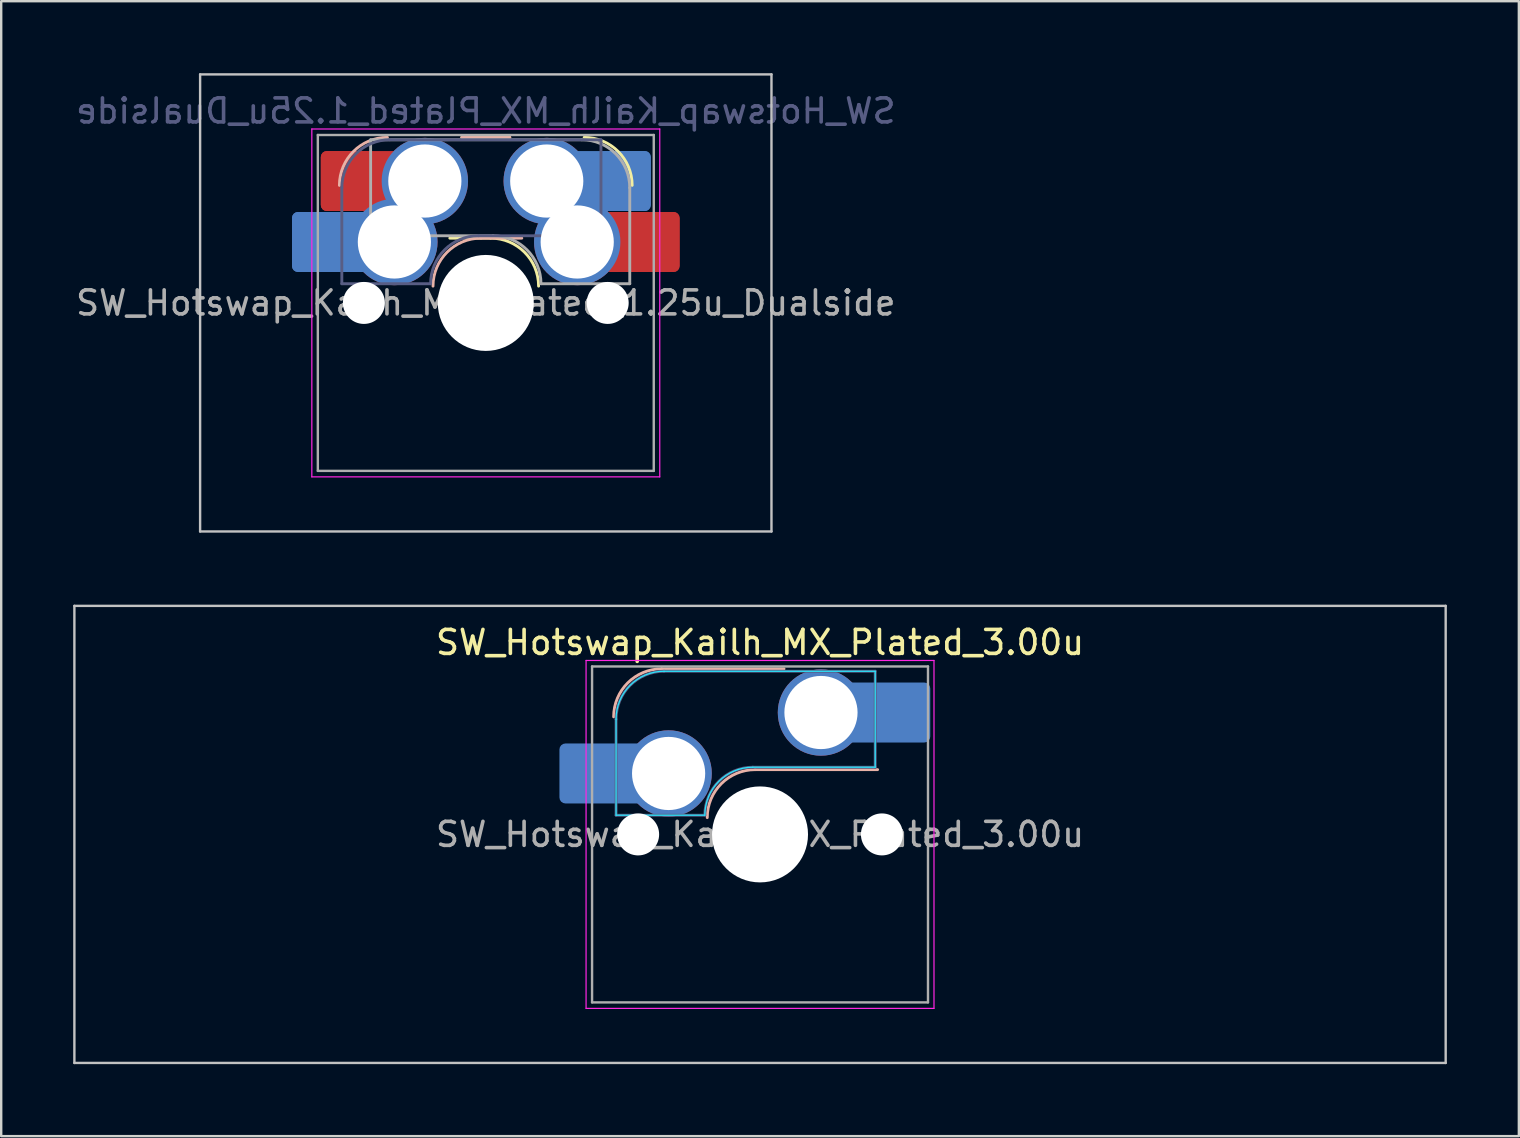
<source format=kicad_pcb>
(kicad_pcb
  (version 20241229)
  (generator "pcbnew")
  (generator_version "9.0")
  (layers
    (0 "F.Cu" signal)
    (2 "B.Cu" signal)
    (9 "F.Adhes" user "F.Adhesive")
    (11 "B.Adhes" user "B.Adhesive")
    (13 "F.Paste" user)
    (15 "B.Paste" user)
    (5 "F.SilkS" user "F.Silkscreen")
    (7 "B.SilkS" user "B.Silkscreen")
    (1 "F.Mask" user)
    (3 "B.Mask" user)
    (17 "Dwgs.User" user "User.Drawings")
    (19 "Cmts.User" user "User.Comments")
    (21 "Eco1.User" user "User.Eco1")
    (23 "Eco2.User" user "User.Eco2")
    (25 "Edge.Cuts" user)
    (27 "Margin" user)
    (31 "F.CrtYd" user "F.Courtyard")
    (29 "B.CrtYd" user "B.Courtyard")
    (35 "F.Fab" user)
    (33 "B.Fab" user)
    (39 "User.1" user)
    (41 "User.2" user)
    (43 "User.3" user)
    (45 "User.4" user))
  (footprint "SW_Hotswap_Kailh_MX_Plated_3.00u"
    (layer "F.Cu")
    (at 28.625 31.725)
    (property "Reference" "SW_Hotswap_Kailh_MX_Plated_3.00u" (at 0 -8 0) (layer "F.SilkS") (effects (font (size 1 1) (thickness 0.15))))
    (attr smd)
    (fp_line (start -4.1 -6.9) (end 1 -6.9) (stroke (width 0.12) (type solid)) (layer "B.SilkS"))
    (fp_line (start -0.2 -2.7) (end 4.9 -2.7) (stroke (width 0.12) (type solid)) (layer "B.SilkS"))
    (fp_arc (start -6.1 -4.9) (mid -5.514214 -6.314214) (end -4.1 -6.9) (stroke (width 0.12) (type solid)) (layer "B.SilkS"))
    (fp_arc (start -2.2 -0.7) (mid -1.614214 -2.114214) (end -0.2 -2.7) (stroke (width 0.12) (type solid)) (layer "B.SilkS"))
    (fp_line (start -28.575 -9.525) (end -28.575 9.525) (stroke (width 0.1) (type solid)) (layer "Dwgs.User"))
    (fp_line (start -28.575 9.525) (end 28.575 9.525) (stroke (width 0.1) (type solid)) (layer "Dwgs.User"))
    (fp_line (start 28.575 -9.525) (end -28.575 -9.525) (stroke (width 0.1) (type solid)) (layer "Dwgs.User"))
    (fp_line (start 28.575 9.525) (end 28.575 -9.525) (stroke (width 0.1) (type solid)) (layer "Dwgs.User"))
    (fp_line (start -7.8 -6) (end -7 -6) (stroke (width 0.1) (type solid)) (layer "Eco1.User"))
    (fp_line (start -7.8 -2.9) (end -7.8 -6) (stroke (width 0.1) (type solid)) (layer "Eco1.User"))
    (fp_line (start -7.8 2.9) (end -7 2.9) (stroke (width 0.1) (type solid)) (layer "Eco1.User"))
    (fp_line (start -7.8 6) (end -7.8 2.9) (stroke (width 0.1) (type solid)) (layer "Eco1.User"))
    (fp_line (start -7 -7) (end 7 -7) (stroke (width 0.1) (type solid)) (layer "Eco1.User"))
    (fp_line (start -7 -6) (end -7 -7) (stroke (width 0.1) (type solid)) (layer "Eco1.User"))
    (fp_line (start -7 -2.9) (end -7.8 -2.9) (stroke (width 0.1) (type solid)) (layer "Eco1.User"))
    (fp_line (start -7 2.9) (end -7 -2.9) (stroke (width 0.1) (type solid)) (layer "Eco1.User"))
    (fp_line (start -7 6) (end -7.8 6) (stroke (width 0.1) (type solid)) (layer "Eco1.User"))
    (fp_line (start -7 7) (end -7 6) (stroke (width 0.1) (type solid)) (layer "Eco1.User"))
    (fp_line (start 7 -7) (end 7 -6) (stroke (width 0.1) (type solid)) (layer "Eco1.User"))
    (fp_line (start 7 -6) (end 7.8 -6) (stroke (width 0.1) (type solid)) (layer "Eco1.User"))
    (fp_line (start 7 -2.9) (end 7 2.9) (stroke (width 0.1) (type solid)) (layer "Eco1.User"))
    (fp_line (start 7 2.9) (end 7.8 2.9) (stroke (width 0.1) (type solid)) (layer "Eco1.User"))
    (fp_line (start 7 6) (end 7 7) (stroke (width 0.1) (type solid)) (layer "Eco1.User"))
    (fp_line (start 7 7) (end -7 7) (stroke (width 0.1) (type solid)) (layer "Eco1.User"))
    (fp_line (start 7.8 -6) (end 7.8 -2.9) (stroke (width 0.1) (type solid)) (layer "Eco1.User"))
    (fp_line (start 7.8 -2.9) (end 7 -2.9) (stroke (width 0.1) (type solid)) (layer "Eco1.User"))
    (fp_line (start 7.8 2.9) (end 7.8 6) (stroke (width 0.1) (type solid)) (layer "Eco1.User"))
    (fp_line (start 7.8 6) (end 7 6) (stroke (width 0.1) (type solid)) (layer "Eco1.User"))
    (fp_line (start -6 -0.8) (end -6 -4.8) (stroke (width 0.05) (type solid)) (layer "B.CrtYd"))
    (fp_line (start -6 -0.8) (end -2.3 -0.8) (stroke (width 0.05) (type solid)) (layer "B.CrtYd"))
    (fp_line (start -4 -6.8) (end 4.8 -6.8) (stroke (width 0.05) (type solid)) (layer "B.CrtYd"))
    (fp_line (start -0.3 -2.8) (end 4.8 -2.8) (stroke (width 0.05) (type solid)) (layer "B.CrtYd"))
    (fp_line (start 4.8 -6.8) (end 4.8 -2.8) (stroke (width 0.05) (type solid)) (layer "B.CrtYd"))
    (fp_arc (start -6 -4.8) (mid -5.414214 -6.214214) (end -4 -6.8) (stroke (width 0.05) (type solid)) (layer "B.CrtYd"))
    (fp_arc (start -2.3 -0.8) (mid -1.714214 -2.214214) (end -0.3 -2.8) (stroke (width 0.05) (type solid)) (layer "B.CrtYd"))
    (fp_line (start -7.25 -7.25) (end -7.25 7.25) (stroke (width 0.05) (type solid)) (layer "F.CrtYd"))
    (fp_line (start -7.25 7.25) (end 7.25 7.25) (stroke (width 0.05) (type solid)) (layer "F.CrtYd"))
    (fp_line (start 7.25 -7.25) (end -7.25 -7.25) (stroke (width 0.05) (type solid)) (layer "F.CrtYd"))
    (fp_line (start 7.25 7.25) (end 7.25 -7.25) (stroke (width 0.05) (type solid)) (layer "F.CrtYd"))
    (fp_line (start -6 -0.8) (end -6 -4.8) (stroke (width 0.12) (type solid)) (layer "B.Fab"))
    (fp_line (start -6 -0.8) (end -2.3 -0.8) (stroke (width 0.12) (type solid)) (layer "B.Fab"))
    (fp_line (start -4 -6.8) (end 4.8 -6.8) (stroke (width 0.12) (type solid)) (layer "B.Fab"))
    (fp_line (start -0.3 -2.8) (end 4.8 -2.8) (stroke (width 0.12) (type solid)) (layer "B.Fab"))
    (fp_line (start 4.8 -6.8) (end 4.8 -2.8) (stroke (width 0.12) (type solid)) (layer "B.Fab"))
    (fp_arc (start -6 -4.8) (mid -5.414214 -6.214214) (end -4 -6.8) (stroke (width 0.12) (type solid)) (layer "B.Fab"))
    (fp_arc (start -2.3 -0.8) (mid -1.714214 -2.214214) (end -0.3 -2.8) (stroke (width 0.12) (type solid)) (layer "B.Fab"))
    (fp_line (start -7 -7) (end -7 7) (stroke (width 0.1) (type solid)) (layer "F.Fab"))
    (fp_line (start -7 7) (end 7 7) (stroke (width 0.1) (type solid)) (layer "F.Fab"))
    (fp_line (start 7 -7) (end -7 -7) (stroke (width 0.1) (type solid)) (layer "F.Fab"))
    (fp_line (start 7 7) (end 7 -7) (stroke (width 0.1) (type solid)) (layer "F.Fab"))
    (fp_text user "${REFERENCE}" (at 0 0 0) (layer "F.Fab") (effects (font (size 1 1) (thickness 0.15))))
    (pad "" smd roundrect (at -7.085 -2.54) (size 2.55 2.5) (layers "B.Mask" "B.Paste") (roundrect_rratio 0.1))
    (pad "" np_thru_hole circle (at -5.08 0) (size 1.75 1.75) (drill 1.75) (layers "*.Cu" "*.Mask"))
    (pad "" np_thru_hole circle (at 0 0) (size 4 4) (drill 4) (layers "*.Cu" "*.Mask"))
    (pad "" np_thru_hole circle (at 5.08 0) (size 1.75 1.75) (drill 1.75) (layers "*.Cu" "*.Mask"))
    (pad "" smd roundrect (at 5.842 -5.08) (size 2.55 2.5) (layers "B.Mask" "B.Paste") (roundrect_rratio 0.1))
    (pad "1" smd roundrect (at -6.585 -2.54) (size 3.55 2.5) (layers "B.Cu") (roundrect_rratio 0.1))
    (pad "1" thru_hole circle (at -3.81 -2.54) (size 3.6 3.6) (drill 3.05) (layers "*.Cu" "*.Mask"))
    (pad "2" thru_hole circle (at 2.54 -5.08) (size 3.6 3.6) (drill 3.05) (layers "*.Cu" "*.Mask"))
    (pad "2" smd roundrect (at 5.32 -5.08) (size 3.55 2.5) (layers "B.Cu") (roundrect_rratio 0.1)))
  (footprint "SW_Hotswap_Kailh_MX_Plated_1.25u_Dualside"
    (layer "F.Cu")
    (at 17.196 9.575)
    (property "Reference" "SW_Hotswap_Kailh_MX_Plated_1.25u_Dualside" (at 0 -8 0) (layer "B.Fab") (effects (font (size 1 1) (thickness 0.15)) (justify mirror)))
    (attr smd)
    (fp_line (start 0.2 -2.7) (end -1.5 -2.7) (stroke (width 0.12) (type solid)) (layer "F.SilkS"))
    (fp_line (start 1 -6.9) (end -1 -6.9) (stroke (width 0.12) (type solid)) (layer "F.SilkS"))
    (fp_arc (start 0.2 -2.7) (mid 1.614214 -2.114214) (end 2.2 -0.7) (stroke (width 0.12) (type solid)) (layer "F.SilkS"))
    (fp_arc (start 4.1 -6.9) (mid 5.514214 -6.314214) (end 6.1 -4.9) (stroke (width 0.12) (type solid)) (layer "F.SilkS"))
    (fp_line (start -1 -6.9) (end 1 -6.9) (stroke (width 0.12) (type solid)) (layer "B.SilkS"))
    (fp_line (start -0.2 -2.7) (end 1.5 -2.7) (stroke (width 0.12) (type solid)) (layer "B.SilkS"))
    (fp_arc (start -6.1 -4.9) (mid -5.514214 -6.314214) (end -4.1 -6.9) (stroke (width 0.12) (type solid)) (layer "B.SilkS"))
    (fp_arc (start -2.2 -0.7) (mid -1.614214 -2.114214) (end -0.2 -2.7) (stroke (width 0.12) (type solid)) (layer "B.SilkS"))
    (fp_line (start -11.906 -9.525) (end -11.906 9.525) (stroke (width 0.1) (type solid)) (layer "Dwgs.User"))
    (fp_line (start -11.906 9.525) (end 11.906 9.525) (stroke (width 0.1) (type solid)) (layer "Dwgs.User"))
    (fp_line (start 11.906 -9.525) (end -11.906 -9.525) (stroke (width 0.1) (type solid)) (layer "Dwgs.User"))
    (fp_line (start 11.906 9.525) (end 11.906 -9.525) (stroke (width 0.1) (type solid)) (layer "Dwgs.User"))
    (fp_line (start -7.8 -6) (end -7 -6) (stroke (width 0.1) (type solid)) (layer "Eco1.User"))
    (fp_line (start -7.8 -2.9) (end -7.8 -6) (stroke (width 0.1) (type solid)) (layer "Eco1.User"))
    (fp_line (start -7.8 2.9) (end -7 2.9) (stroke (width 0.1) (type solid)) (layer "Eco1.User"))
    (fp_line (start -7.8 6) (end -7.8 2.9) (stroke (width 0.1) (type solid)) (layer "Eco1.User"))
    (fp_line (start -7 -7) (end -7 -6) (stroke (width 0.1) (type solid)) (layer "Eco1.User"))
    (fp_line (start -7 -7) (end 7 -7) (stroke (width 0.1) (type solid)) (layer "Eco1.User"))
    (fp_line (start -7 -6) (end -7 -7) (stroke (width 0.1) (type solid)) (layer "Eco1.User"))
    (fp_line (start -7 -2.9) (end -7.8 -2.9) (stroke (width 0.1) (type solid)) (layer "Eco1.User"))
    (fp_line (start -7 2.9) (end -7 -2.9) (stroke (width 0.1) (type solid)) (layer "Eco1.User"))
    (fp_line (start -7 6) (end -7.8 6) (stroke (width 0.1) (type solid)) (layer "Eco1.User"))
    (fp_line (start -7 7) (end -7 6) (stroke (width 0.1) (type solid)) (layer "Eco1.User"))
    (fp_line (start 7 -7) (end -7 -7) (stroke (width 0.1) (type solid)) (layer "Eco1.User"))
    (fp_line (start 7 -7) (end 7 -6) (stroke (width 0.1) (type solid)) (layer "Eco1.User"))
    (fp_line (start 7 -6) (end 7 -7) (stroke (width 0.1) (type solid)) (layer "Eco1.User"))
    (fp_line (start 7 -6) (end 7.8 -6) (stroke (width 0.1) (type solid)) (layer "Eco1.User"))
    (fp_line (start 7 -2.9) (end 7 2.9) (stroke (width 0.1) (type solid)) (layer "Eco1.User"))
    (fp_line (start 7 -2.9) (end 7.8 -2.9) (stroke (width 0.1) (type solid)) (layer "Eco1.User"))
    (fp_line (start 7 2.9) (end 7.8 2.9) (stroke (width 0.1) (type solid)) (layer "Eco1.User"))
    (fp_line (start 7 6) (end 7 7) (stroke (width 0.1) (type solid)) (layer "Eco1.User"))
    (fp_line (start 7 7) (end -7 7) (stroke (width 0.1) (type solid)) (layer "Eco1.User"))
    (fp_line (start 7.8 -6) (end 7.8 -2.9) (stroke (width 0.1) (type solid)) (layer "Eco1.User"))
    (fp_line (start 7.8 2.9) (end 7.8 6) (stroke (width 0.1) (type solid)) (layer "Eco1.User"))
    (fp_line (start 7.8 6) (end 7 6) (stroke (width 0.1) (type solid)) (layer "Eco1.User"))
    (fp_line (start -7.25 -7.25) (end -7.25 7.25) (stroke (width 0.05) (type solid)) (layer "F.CrtYd"))
    (fp_line (start -7.25 7.25) (end 7.25 7.25) (stroke (width 0.05) (type solid)) (layer "F.CrtYd"))
    (fp_line (start 7.25 -7.25) (end -7.25 -7.25) (stroke (width 0.05) (type solid)) (layer "F.CrtYd"))
    (fp_line (start 7.25 7.25) (end 7.25 -7.25) (stroke (width 0.05) (type solid)) (layer "F.CrtYd"))
    (fp_line (start -6 -0.8) (end -6 -4.8) (stroke (width 0.12) (type solid)) (layer "B.Fab"))
    (fp_line (start -6 -0.8) (end -2.3 -0.8) (stroke (width 0.12) (type solid)) (layer "B.Fab"))
    (fp_line (start -4 -6.8) (end 4.8 -6.8) (stroke (width 0.12) (type solid)) (layer "B.Fab"))
    (fp_line (start -0.3 -2.8) (end 4.8 -2.8) (stroke (width 0.12) (type solid)) (layer "B.Fab"))
    (fp_line (start 4.8 -6.8) (end 4.8 -2.8) (stroke (width 0.12) (type solid)) (layer "B.Fab"))
    (fp_arc (start -6 -4.8) (mid -5.414214 -6.214214) (end -4 -6.8) (stroke (width 0.12) (type solid)) (layer "B.Fab"))
    (fp_arc (start -2.3 -0.8) (mid -1.714214 -2.214214) (end -0.3 -2.8) (stroke (width 0.12) (type solid)) (layer "B.Fab"))
    (fp_line (start -7 -7) (end -7 7) (stroke (width 0.1) (type solid)) (layer "F.Fab"))
    (fp_line (start -7 7) (end 7 7) (stroke (width 0.1) (type solid)) (layer "F.Fab"))
    (fp_line (start -4.8 -6.8) (end -4.8 -2.8) (stroke (width 0.12) (type solid)) (layer "F.Fab"))
    (fp_line (start 0.3 -2.8) (end -4.8 -2.8) (stroke (width 0.12) (type solid)) (layer "F.Fab"))
    (fp_line (start 4 -6.8) (end -4.8 -6.8) (stroke (width 0.12) (type solid)) (layer "F.Fab"))
    (fp_line (start 6 -0.8) (end 2.3 -0.8) (stroke (width 0.12) (type solid)) (layer "F.Fab"))
    (fp_line (start 6 -0.8) (end 6 -4.8) (stroke (width 0.12) (type solid)) (layer "F.Fab"))
    (fp_line (start 7 -7) (end -7 -7) (stroke (width 0.1) (type solid)) (layer "F.Fab"))
    (fp_line (start 7 7) (end 7 -7) (stroke (width 0.1) (type solid)) (layer "F.Fab"))
    (fp_arc (start 0.3 -2.8) (mid 1.714214 -2.214214) (end 2.3 -0.8) (stroke (width 0.12) (type solid)) (layer "F.Fab"))
    (fp_arc (start 4 -6.8) (mid 5.414214 -6.214214) (end 6 -4.8) (stroke (width 0.12) (type solid)) (layer "F.Fab"))
    (fp_text user "${REFERENCE}" (at 0 0 0) (layer "F.Fab") (effects (font (size 1 1) (thickness 0.15))))
    (pad "" np_thru_hole circle (at -5.08 0) (size 1.75 1.75) (drill 1.75) (layers "*.Cu" "*.Mask"))
    (pad "" np_thru_hole circle (at 0 0) (size 4 4) (drill 4) (layers "*.Cu" "*.Mask"))
    (pad "" np_thru_hole circle (at 5.08 0) (size 1.75 1.75) (drill 1.75) (layers "*.Cu" "*.Mask"))
    (pad "1" smd roundrect (at -6.997 -2.54 180) (size 2.159 2.5) (layers "B.Cu" "B.Mask" "B.Paste") (roundrect_rratio 0.116))
    (pad "1" smd roundrect (at -6.301 -2.54) (size 3.55 2.5) (layers "B.Cu") (roundrect_rratio 0.1))
    (pad "1" smd roundrect (at -5.796 -5.08 180) (size 2.159 2.5) (layers "F.Cu" "F.Mask" "F.Paste") (roundrect_rratio 0.116))
    (pad "1" smd roundrect (at -5.1 -5.08) (size 3.55 2.5) (layers "F.Cu") (roundrect_rratio 0.1))
    (pad "1" thru_hole circle (at -3.81 -2.54) (size 3.6 3.6) (drill 3.05) (layers "*.Cu" "*.Mask"))
    (pad "1" thru_hole circle (at -2.54 -5.08) (size 3.6 3.6) (drill 3.05) (layers "*.Cu" "*.Mask"))
    (pad "2" thru_hole circle (at 2.54 -5.08) (size 3.6 3.6) (drill 3.05) (layers "*.Cu" "*.Mask"))
    (pad "2" thru_hole circle (at 3.81 -2.54) (size 3.6 3.6) (drill 3.05) (layers "*.Cu" "*.Mask"))
    (pad "2" smd roundrect (at 5.1 -5.08) (size 3.55 2.5) (layers "B.Cu") (roundrect_rratio 0.1))
    (pad "2" smd roundrect (at 5.796 -5.08 180) (size 2.159 2.5) (layers "B.Cu" "B.Mask" "B.Paste") (roundrect_rratio 0.116))
    (pad "2" smd roundrect (at 6.301 -2.54) (size 3.55 2.5) (layers "F.Cu") (roundrect_rratio 0.1))
    (pad "2" smd roundrect (at 6.997 -2.54 180) (size 2.159 2.5) (layers "F.Cu" "F.Mask" "F.Paste") (roundrect_rratio 0.116)))
  (gr_rect
    (start -3 -3)
    (end 60.25 44.3)
    (stroke (width 0.1) (type default))
    (fill no)
    (layer "Edge.Cuts")))
</source>
